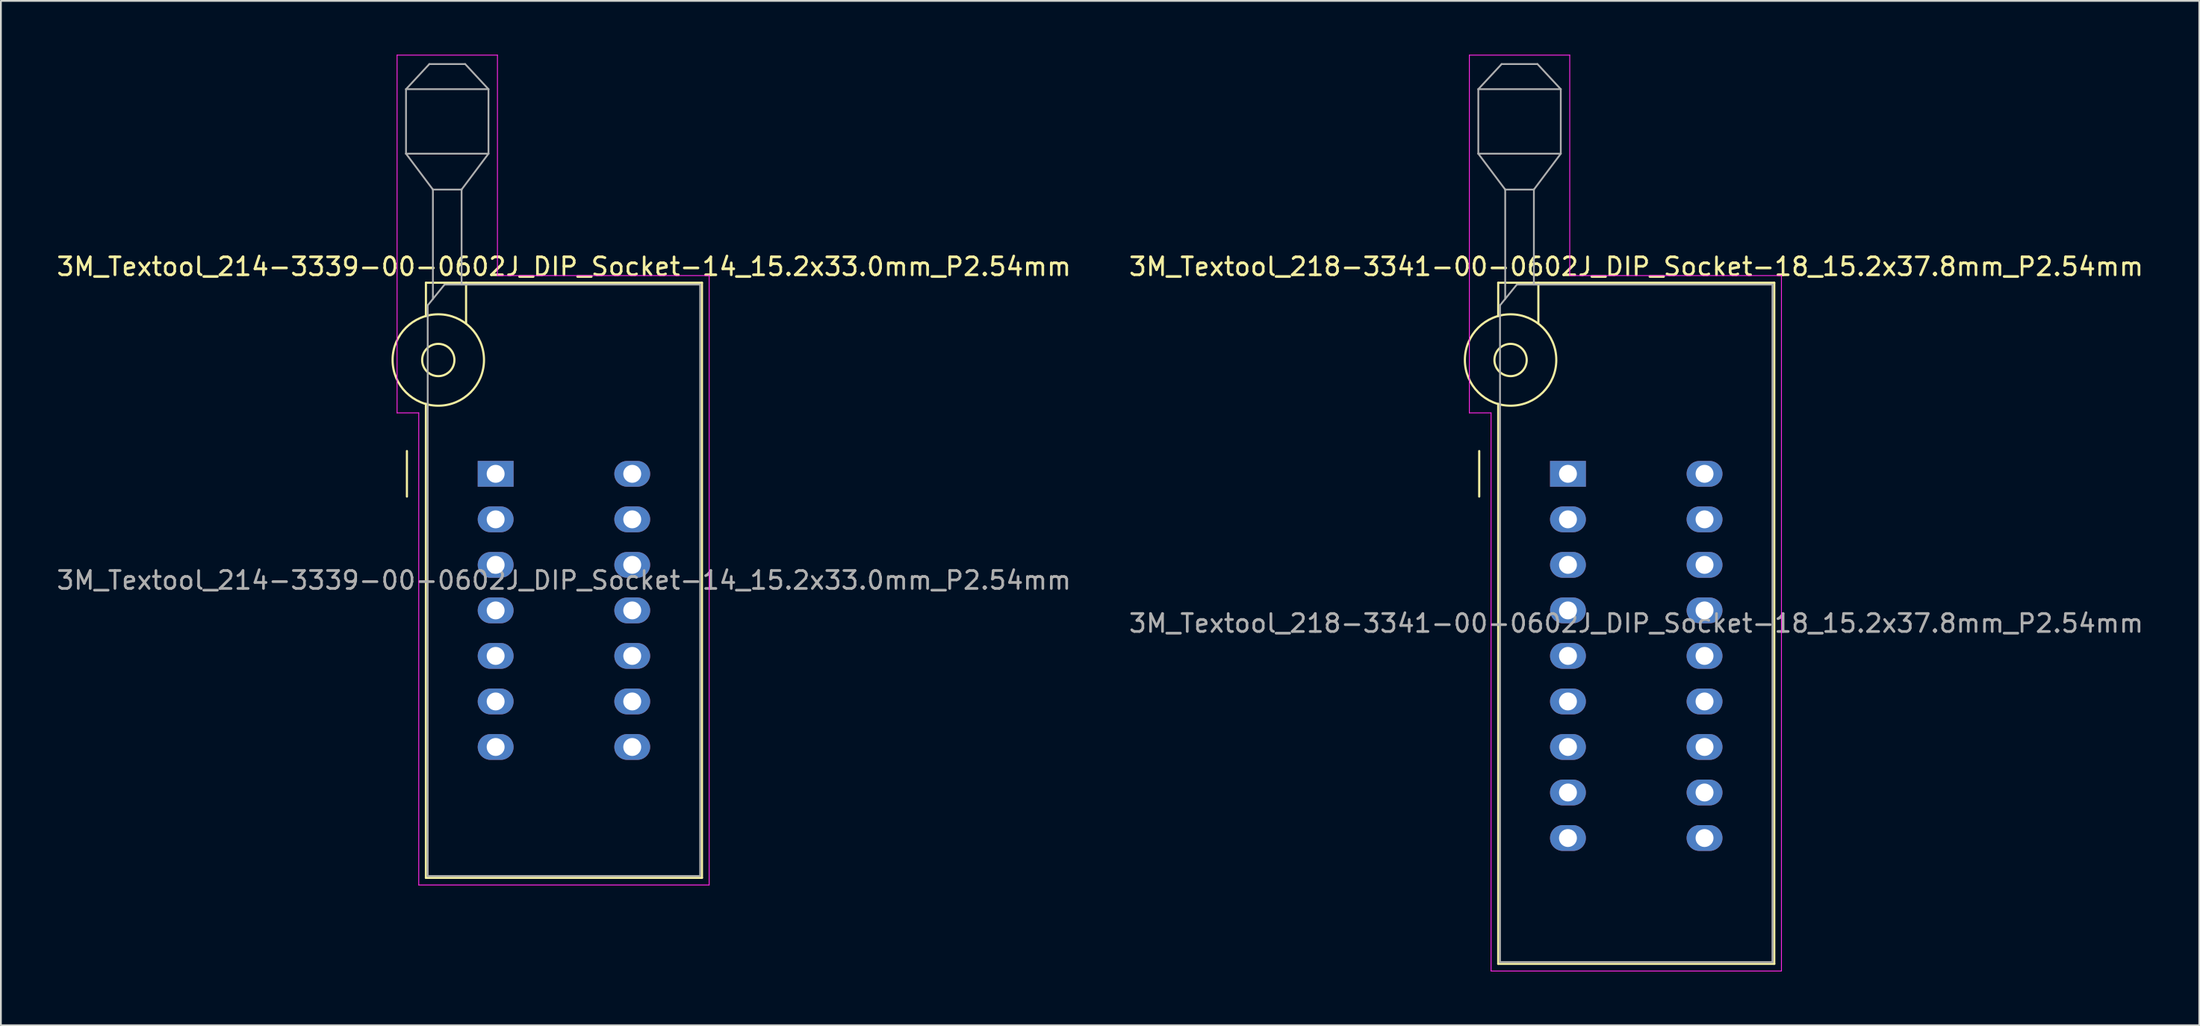
<source format=kicad_pcb>
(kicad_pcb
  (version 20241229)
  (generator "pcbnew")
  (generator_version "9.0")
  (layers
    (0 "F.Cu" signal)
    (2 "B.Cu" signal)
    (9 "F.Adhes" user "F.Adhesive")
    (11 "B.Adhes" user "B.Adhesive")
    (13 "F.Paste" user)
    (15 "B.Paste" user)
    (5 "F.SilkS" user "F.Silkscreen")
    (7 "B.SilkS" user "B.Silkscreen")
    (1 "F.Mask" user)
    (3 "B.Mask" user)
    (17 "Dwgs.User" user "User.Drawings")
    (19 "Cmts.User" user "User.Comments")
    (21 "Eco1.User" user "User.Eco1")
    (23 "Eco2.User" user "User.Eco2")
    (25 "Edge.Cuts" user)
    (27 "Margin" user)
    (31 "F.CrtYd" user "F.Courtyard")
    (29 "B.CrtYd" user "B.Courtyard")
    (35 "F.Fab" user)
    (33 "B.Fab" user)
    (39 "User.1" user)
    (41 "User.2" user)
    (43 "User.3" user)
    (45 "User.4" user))
  (footprint "3M_Textool_218-3341-00-0602J_DIP_Socket-18_15.2x37.8mm_P2.54mm"
    (layer "F.Cu")
    (at 84.422 23.385)
    (property "Reference" "3M_Textool_218-3341-00-0602J_DIP_Socket-18_15.2x37.8mm_P2.54mm" (at 3.81 -11.56 0) (layer "F.SilkS") (effects (font (size 1 1) (thickness 0.15))))
    (attr through_hole)
    (fp_line (start -4.95 1.27) (end -4.95 -1.27) (stroke (width 0.12) (type solid)) (layer "F.SilkS"))
    (fp_line (start -3.89 -10.66) (end -3.89 -8.8) (stroke (width 0.12) (type solid)) (layer "F.SilkS"))
    (fp_line (start -3.89 -3.9) (end -3.89 27.34) (stroke (width 0.12) (type solid)) (layer "F.SilkS"))
    (fp_line (start -3.89 27.34) (end 11.51 27.34) (stroke (width 0.12) (type solid)) (layer "F.SilkS"))
    (fp_line (start -1.65 -10.66) (end -1.65 -8.4) (stroke (width 0.12) (type solid)) (layer "F.SilkS"))
    (fp_line (start 11.51 -10.66) (end -3.89 -10.66) (stroke (width 0.12) (type solid)) (layer "F.SilkS"))
    (fp_line (start 11.51 27.34) (end 11.51 -10.66) (stroke (width 0.12) (type solid)) (layer "F.SilkS"))
    (fp_circle (center -3.2 -6.35) (end -2.3 -6.35) (stroke (width 0.12) (type solid)) (fill no) (layer "F.SilkS"))
    (fp_circle (center -3.2 -6.35) (end -0.65 -6.35) (stroke (width 0.12) (type solid)) (fill no) (layer "F.SilkS"))
    (fp_line (start -5.5 -23.36) (end 0.1 -23.36) (stroke (width 0.05) (type solid)) (layer "F.CrtYd"))
    (fp_line (start -5.5 -3.4) (end -5.5 -23.36) (stroke (width 0.05) (type solid)) (layer "F.CrtYd"))
    (fp_line (start -4.29 -3.4) (end -5.5 -3.4) (stroke (width 0.05) (type solid)) (layer "F.CrtYd"))
    (fp_line (start -4.29 27.74) (end -4.29 -3.4) (stroke (width 0.05) (type solid)) (layer "F.CrtYd"))
    (fp_line (start 0.1 -23.36) (end 0.1 -11.06) (stroke (width 0.05) (type solid)) (layer "F.CrtYd"))
    (fp_line (start 0.1 -11.06) (end 11.91 -11.06) (stroke (width 0.05) (type solid)) (layer "F.CrtYd"))
    (fp_line (start 11.91 -11.06) (end 11.91 27.74) (stroke (width 0.05) (type solid)) (layer "F.CrtYd"))
    (fp_line (start 11.91 27.74) (end -4.29 27.74) (stroke (width 0.05) (type solid)) (layer "F.CrtYd"))
    (fp_line (start -5 -21.46) (end -5 -17.86) (stroke (width 0.1) (type solid)) (layer "F.Fab"))
    (fp_line (start -5 -21.46) (end -3.7 -22.86) (stroke (width 0.1) (type solid)) (layer "F.Fab"))
    (fp_line (start -5 -17.86) (end -3.5 -15.86) (stroke (width 0.1) (type solid)) (layer "F.Fab"))
    (fp_line (start -5 -17.86) (end -0.4 -17.86) (stroke (width 0.1) (type solid)) (layer "F.Fab"))
    (fp_line (start -3.79 -9.4) (end -2.85 -10.56) (stroke (width 0.1) (type solid)) (layer "F.Fab"))
    (fp_line (start -3.79 27.24) (end -3.79 -9.4) (stroke (width 0.1) (type solid)) (layer "F.Fab"))
    (fp_line (start -3.7 -22.86) (end -1.7 -22.86) (stroke (width 0.1) (type solid)) (layer "F.Fab"))
    (fp_line (start -3.5 -15.86) (end -1.9 -15.86) (stroke (width 0.1) (type solid)) (layer "F.Fab"))
    (fp_line (start -3.5 -9.75) (end -3.5 -15.86) (stroke (width 0.1) (type solid)) (layer "F.Fab"))
    (fp_line (start -2.85 -10.56) (end 11.41 -10.56) (stroke (width 0.1) (type solid)) (layer "F.Fab"))
    (fp_line (start -1.9 -15.86) (end -1.9 -10.56) (stroke (width 0.1) (type solid)) (layer "F.Fab"))
    (fp_line (start -1.7 -22.86) (end -0.4 -21.46) (stroke (width 0.1) (type solid)) (layer "F.Fab"))
    (fp_line (start -0.4 -21.46) (end -5 -21.46) (stroke (width 0.1) (type solid)) (layer "F.Fab"))
    (fp_line (start -0.4 -17.86) (end -1.9 -15.86) (stroke (width 0.1) (type solid)) (layer "F.Fab"))
    (fp_line (start -0.4 -17.86) (end -0.4 -21.46) (stroke (width 0.1) (type solid)) (layer "F.Fab"))
    (fp_line (start 11.41 -10.56) (end 11.41 27.24) (stroke (width 0.1) (type solid)) (layer "F.Fab"))
    (fp_line (start 11.41 27.24) (end -3.79 27.24) (stroke (width 0.1) (type solid)) (layer "F.Fab"))
    (fp_text user "${REFERENCE}" (at 3.81 8.34 0) (layer "F.Fab") (effects (font (size 1 1) (thickness 0.15))))
    (pad "1" thru_hole rect (at 0 0) (size 2 1.44) (drill 1) (layers "*.Cu" "*.Mask"))
    (pad "2" thru_hole oval (at 0 2.54) (size 2 1.44) (drill 1) (layers "*.Cu" "*.Mask"))
    (pad "3" thru_hole oval (at 0 5.08) (size 2 1.44) (drill 1) (layers "*.Cu" "*.Mask"))
    (pad "4" thru_hole oval (at 0 7.62) (size 2 1.44) (drill 1) (layers "*.Cu" "*.Mask"))
    (pad "5" thru_hole oval (at 0 10.16) (size 2 1.44) (drill 1) (layers "*.Cu" "*.Mask"))
    (pad "6" thru_hole oval (at 0 12.7) (size 2 1.44) (drill 1) (layers "*.Cu" "*.Mask"))
    (pad "7" thru_hole oval (at 0 15.24) (size 2 1.44) (drill 1) (layers "*.Cu" "*.Mask"))
    (pad "8" thru_hole oval (at 0 17.78) (size 2 1.44) (drill 1) (layers "*.Cu" "*.Mask"))
    (pad "9" thru_hole oval (at 0 20.32) (size 2 1.44) (drill 1) (layers "*.Cu" "*.Mask"))
    (pad "10" thru_hole oval (at 7.62 20.32) (size 2 1.44) (drill 1) (layers "*.Cu" "*.Mask"))
    (pad "11" thru_hole oval (at 7.62 17.78) (size 2 1.44) (drill 1) (layers "*.Cu" "*.Mask"))
    (pad "12" thru_hole oval (at 7.62 15.24) (size 2 1.44) (drill 1) (layers "*.Cu" "*.Mask"))
    (pad "13" thru_hole oval (at 7.62 12.7) (size 2 1.44) (drill 1) (layers "*.Cu" "*.Mask"))
    (pad "14" thru_hole oval (at 7.62 10.16) (size 2 1.44) (drill 1) (layers "*.Cu" "*.Mask"))
    (pad "15" thru_hole oval (at 7.62 7.62) (size 2 1.44) (drill 1) (layers "*.Cu" "*.Mask"))
    (pad "16" thru_hole oval (at 7.62 5.08) (size 2 1.44) (drill 1) (layers "*.Cu" "*.Mask"))
    (pad "17" thru_hole oval (at 7.62 2.54) (size 2 1.44) (drill 1) (layers "*.Cu" "*.Mask"))
    (pad "18" thru_hole oval (at 7.62 0) (size 2 1.44) (drill 1) (layers "*.Cu" "*.Mask")))
  (footprint "3M_Textool_214-3339-00-0602J_DIP_Socket-14_15.2x33.0mm_P2.54mm"
    (layer "F.Cu")
    (at 24.601 23.385)
    (property "Reference" "3M_Textool_214-3339-00-0602J_DIP_Socket-14_15.2x33.0mm_P2.54mm" (at 3.81 -11.56 0) (layer "F.SilkS") (effects (font (size 1 1) (thickness 0.15))))
    (attr through_hole)
    (fp_line (start -4.95 1.27) (end -4.95 -1.27) (stroke (width 0.12) (type solid)) (layer "F.SilkS"))
    (fp_line (start -3.89 -10.66) (end -3.89 -8.8) (stroke (width 0.12) (type solid)) (layer "F.SilkS"))
    (fp_line (start -3.89 -3.9) (end -3.89 22.54) (stroke (width 0.12) (type solid)) (layer "F.SilkS"))
    (fp_line (start -3.89 22.54) (end 11.51 22.54) (stroke (width 0.12) (type solid)) (layer "F.SilkS"))
    (fp_line (start -1.65 -10.66) (end -1.65 -8.4) (stroke (width 0.12) (type solid)) (layer "F.SilkS"))
    (fp_line (start 11.51 -10.66) (end -3.89 -10.66) (stroke (width 0.12) (type solid)) (layer "F.SilkS"))
    (fp_line (start 11.51 22.54) (end 11.51 -10.66) (stroke (width 0.12) (type solid)) (layer "F.SilkS"))
    (fp_circle (center -3.2 -6.35) (end -2.3 -6.35) (stroke (width 0.12) (type solid)) (fill no) (layer "F.SilkS"))
    (fp_circle (center -3.2 -6.35) (end -0.65 -6.35) (stroke (width 0.12) (type solid)) (fill no) (layer "F.SilkS"))
    (fp_line (start -5.5 -23.36) (end 0.1 -23.36) (stroke (width 0.05) (type solid)) (layer "F.CrtYd"))
    (fp_line (start -5.5 -3.4) (end -5.5 -23.36) (stroke (width 0.05) (type solid)) (layer "F.CrtYd"))
    (fp_line (start -4.29 -3.4) (end -5.5 -3.4) (stroke (width 0.05) (type solid)) (layer "F.CrtYd"))
    (fp_line (start -4.29 22.94) (end -4.29 -3.4) (stroke (width 0.05) (type solid)) (layer "F.CrtYd"))
    (fp_line (start 0.1 -23.36) (end 0.1 -11.06) (stroke (width 0.05) (type solid)) (layer "F.CrtYd"))
    (fp_line (start 0.1 -11.06) (end 11.91 -11.06) (stroke (width 0.05) (type solid)) (layer "F.CrtYd"))
    (fp_line (start 11.91 -11.06) (end 11.91 22.94) (stroke (width 0.05) (type solid)) (layer "F.CrtYd"))
    (fp_line (start 11.91 22.94) (end -4.29 22.94) (stroke (width 0.05) (type solid)) (layer "F.CrtYd"))
    (fp_line (start -5 -21.46) (end -5 -17.86) (stroke (width 0.1) (type solid)) (layer "F.Fab"))
    (fp_line (start -5 -21.46) (end -3.7 -22.86) (stroke (width 0.1) (type solid)) (layer "F.Fab"))
    (fp_line (start -5 -17.86) (end -3.5 -15.86) (stroke (width 0.1) (type solid)) (layer "F.Fab"))
    (fp_line (start -5 -17.86) (end -0.4 -17.86) (stroke (width 0.1) (type solid)) (layer "F.Fab"))
    (fp_line (start -3.79 -9.4) (end -2.85 -10.56) (stroke (width 0.1) (type solid)) (layer "F.Fab"))
    (fp_line (start -3.79 22.44) (end -3.79 -9.4) (stroke (width 0.1) (type solid)) (layer "F.Fab"))
    (fp_line (start -3.7 -22.86) (end -1.7 -22.86) (stroke (width 0.1) (type solid)) (layer "F.Fab"))
    (fp_line (start -3.5 -15.86) (end -1.9 -15.86) (stroke (width 0.1) (type solid)) (layer "F.Fab"))
    (fp_line (start -3.5 -9.75) (end -3.5 -15.86) (stroke (width 0.1) (type solid)) (layer "F.Fab"))
    (fp_line (start -2.85 -10.56) (end 11.41 -10.56) (stroke (width 0.1) (type solid)) (layer "F.Fab"))
    (fp_line (start -1.9 -15.86) (end -1.9 -10.56) (stroke (width 0.1) (type solid)) (layer "F.Fab"))
    (fp_line (start -1.7 -22.86) (end -0.4 -21.46) (stroke (width 0.1) (type solid)) (layer "F.Fab"))
    (fp_line (start -0.4 -21.46) (end -5 -21.46) (stroke (width 0.1) (type solid)) (layer "F.Fab"))
    (fp_line (start -0.4 -17.86) (end -1.9 -15.86) (stroke (width 0.1) (type solid)) (layer "F.Fab"))
    (fp_line (start -0.4 -17.86) (end -0.4 -21.46) (stroke (width 0.1) (type solid)) (layer "F.Fab"))
    (fp_line (start 11.41 -10.56) (end 11.41 22.44) (stroke (width 0.1) (type solid)) (layer "F.Fab"))
    (fp_line (start 11.41 22.44) (end -3.79 22.44) (stroke (width 0.1) (type solid)) (layer "F.Fab"))
    (fp_text user "${REFERENCE}" (at 3.81 5.94 0) (layer "F.Fab") (effects (font (size 1 1) (thickness 0.15))))
    (pad "1" thru_hole rect (at 0 0) (size 2 1.44) (drill 1) (layers "*.Cu" "*.Mask"))
    (pad "2" thru_hole oval (at 0 2.54) (size 2 1.44) (drill 1) (layers "*.Cu" "*.Mask"))
    (pad "3" thru_hole oval (at 0 5.08) (size 2 1.44) (drill 1) (layers "*.Cu" "*.Mask"))
    (pad "4" thru_hole oval (at 0 7.62) (size 2 1.44) (drill 1) (layers "*.Cu" "*.Mask"))
    (pad "5" thru_hole oval (at 0 10.16) (size 2 1.44) (drill 1) (layers "*.Cu" "*.Mask"))
    (pad "6" thru_hole oval (at 0 12.7) (size 2 1.44) (drill 1) (layers "*.Cu" "*.Mask"))
    (pad "7" thru_hole oval (at 0 15.24) (size 2 1.44) (drill 1) (layers "*.Cu" "*.Mask"))
    (pad "8" thru_hole oval (at 7.62 15.24) (size 2 1.44) (drill 1) (layers "*.Cu" "*.Mask"))
    (pad "9" thru_hole oval (at 7.62 12.7) (size 2 1.44) (drill 1) (layers "*.Cu" "*.Mask"))
    (pad "10" thru_hole oval (at 7.62 10.16) (size 2 1.44) (drill 1) (layers "*.Cu" "*.Mask"))
    (pad "11" thru_hole oval (at 7.62 7.62) (size 2 1.44) (drill 1) (layers "*.Cu" "*.Mask"))
    (pad "12" thru_hole oval (at 7.62 5.08) (size 2 1.44) (drill 1) (layers "*.Cu" "*.Mask"))
    (pad "13" thru_hole oval (at 7.62 2.54) (size 2 1.44) (drill 1) (layers "*.Cu" "*.Mask"))
    (pad "14" thru_hole oval (at 7.62 0) (size 2 1.44) (drill 1) (layers "*.Cu" "*.Mask")))
  (gr_rect
    (start -3 -3)
    (end 119.643 54.15)
    (stroke (width 0.1) (type default))
    (fill no)
    (layer "Edge.Cuts")))
</source>
